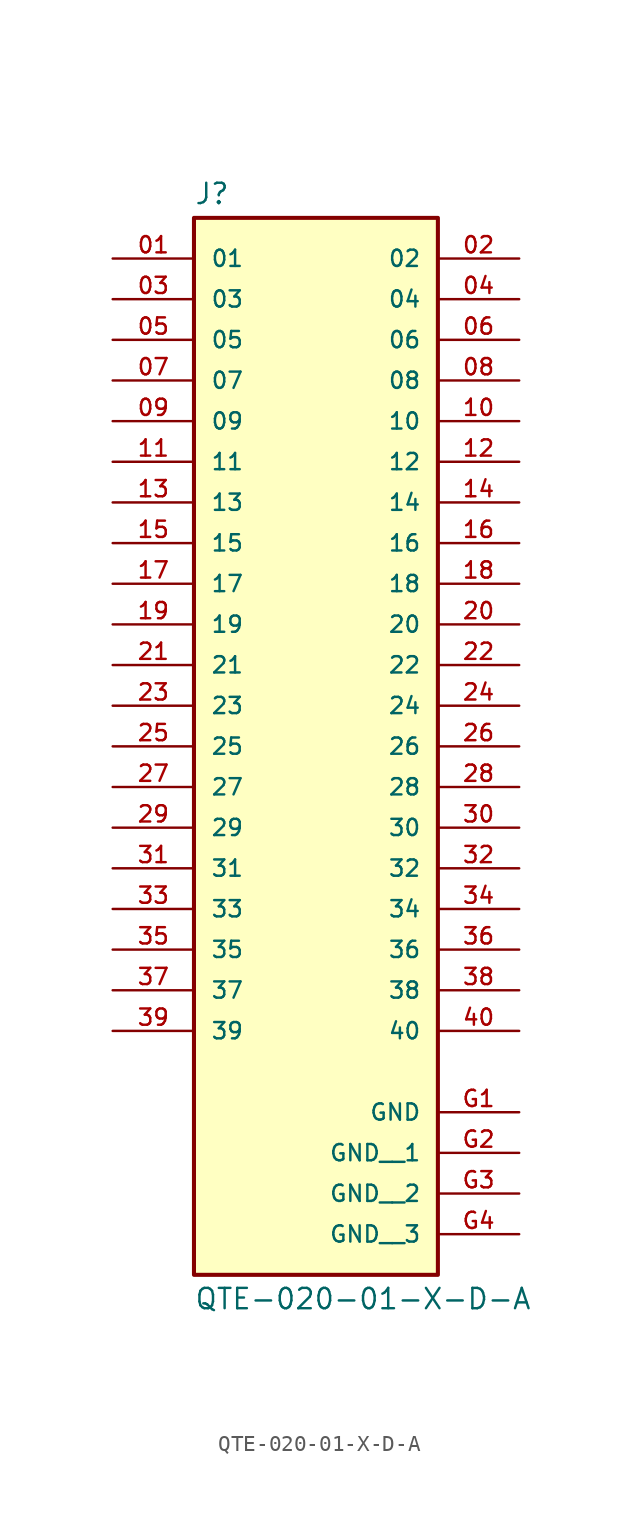
<source format=kicad_sym>
(kicad_symbol_lib
  (version 20211014)
  (generator kicad_symbol_editor)
  (symbol "QTE-020-01-X-D-A"
    (pin_names
      (offset 1.016))
    (property "Reference" "J"
      (at -7.62 28.702 0)
      (effects (font (size 1.27 1.27)) (justify bottom left)))
    (property "Value" "QTE-020-01-X-D-A"
      (at -7.62 -38.862 0)
      (effects (font (size 1.27 1.27)) (justify top left)))
    (symbol "QTE-020-01-X-D-A_0_0"
      (rectangle (start -7.62 -38.1) (end 7.62 27.94) (stroke (width 0.254)) (fill (type background)))
      (pin passive line (at -12.7 25.4 0) (length 5.08) (name "01" (effects (font (size 1.016 1.016)))) (number "01" (effects (font (size 1.016 1.016)))))
      (pin passive line (at 12.7 25.4 180.0) (length 5.08) (name "02" (effects (font (size 1.016 1.016)))) (number "02" (effects (font (size 1.016 1.016)))))
      (pin passive line (at -12.7 22.86 0) (length 5.08) (name "03" (effects (font (size 1.016 1.016)))) (number "03" (effects (font (size 1.016 1.016)))))
      (pin passive line (at 12.7 22.86 180.0) (length 5.08) (name "04" (effects (font (size 1.016 1.016)))) (number "04" (effects (font (size 1.016 1.016)))))
      (pin passive line (at -12.7 20.32 0) (length 5.08) (name "05" (effects (font (size 1.016 1.016)))) (number "05" (effects (font (size 1.016 1.016)))))
      (pin passive line (at 12.7 20.32 180.0) (length 5.08) (name "06" (effects (font (size 1.016 1.016)))) (number "06" (effects (font (size 1.016 1.016)))))
      (pin passive line (at -12.7 17.78 0) (length 5.08) (name "07" (effects (font (size 1.016 1.016)))) (number "07" (effects (font (size 1.016 1.016)))))
      (pin passive line (at 12.7 17.78 180.0) (length 5.08) (name "08" (effects (font (size 1.016 1.016)))) (number "08" (effects (font (size 1.016 1.016)))))
      (pin passive line (at -12.7 15.24 0) (length 5.08) (name "09" (effects (font (size 1.016 1.016)))) (number "09" (effects (font (size 1.016 1.016)))))
      (pin passive line (at 12.7 15.24 180.0) (length 5.08) (name "10" (effects (font (size 1.016 1.016)))) (number "10" (effects (font (size 1.016 1.016)))))
      (pin passive line (at -12.7 12.7 0) (length 5.08) (name "11" (effects (font (size 1.016 1.016)))) (number "11" (effects (font (size 1.016 1.016)))))
      (pin passive line (at 12.7 12.7 180.0) (length 5.08) (name "12" (effects (font (size 1.016 1.016)))) (number "12" (effects (font (size 1.016 1.016)))))
      (pin passive line (at -12.7 10.16 0) (length 5.08) (name "13" (effects (font (size 1.016 1.016)))) (number "13" (effects (font (size 1.016 1.016)))))
      (pin passive line (at 12.7 10.16 180.0) (length 5.08) (name "14" (effects (font (size 1.016 1.016)))) (number "14" (effects (font (size 1.016 1.016)))))
      (pin passive line (at -12.7 7.62 0) (length 5.08) (name "15" (effects (font (size 1.016 1.016)))) (number "15" (effects (font (size 1.016 1.016)))))
      (pin passive line (at 12.7 7.62 180.0) (length 5.08) (name "16" (effects (font (size 1.016 1.016)))) (number "16" (effects (font (size 1.016 1.016)))))
      (pin passive line (at -12.7 5.08 0) (length 5.08) (name "17" (effects (font (size 1.016 1.016)))) (number "17" (effects (font (size 1.016 1.016)))))
      (pin passive line (at 12.7 5.08 180.0) (length 5.08) (name "18" (effects (font (size 1.016 1.016)))) (number "18" (effects (font (size 1.016 1.016)))))
      (pin passive line (at -12.7 2.54 0) (length 5.08) (name "19" (effects (font (size 1.016 1.016)))) (number "19" (effects (font (size 1.016 1.016)))))
      (pin passive line (at 12.7 2.54 180.0) (length 5.08) (name "20" (effects (font (size 1.016 1.016)))) (number "20" (effects (font (size 1.016 1.016)))))
      (pin passive line (at -12.7 0.0 0) (length 5.08) (name "21" (effects (font (size 1.016 1.016)))) (number "21" (effects (font (size 1.016 1.016)))))
      (pin passive line (at 12.7 0.0 180.0) (length 5.08) (name "22" (effects (font (size 1.016 1.016)))) (number "22" (effects (font (size 1.016 1.016)))))
      (pin passive line (at -12.7 -2.54 0) (length 5.08) (name "23" (effects (font (size 1.016 1.016)))) (number "23" (effects (font (size 1.016 1.016)))))
      (pin passive line (at 12.7 -2.54 180.0) (length 5.08) (name "24" (effects (font (size 1.016 1.016)))) (number "24" (effects (font (size 1.016 1.016)))))
      (pin passive line (at -12.7 -5.08 0) (length 5.08) (name "25" (effects (font (size 1.016 1.016)))) (number "25" (effects (font (size 1.016 1.016)))))
      (pin passive line (at 12.7 -5.08 180.0) (length 5.08) (name "26" (effects (font (size 1.016 1.016)))) (number "26" (effects (font (size 1.016 1.016)))))
      (pin passive line (at -12.7 -7.62 0) (length 5.08) (name "27" (effects (font (size 1.016 1.016)))) (number "27" (effects (font (size 1.016 1.016)))))
      (pin passive line (at 12.7 -7.62 180.0) (length 5.08) (name "28" (effects (font (size 1.016 1.016)))) (number "28" (effects (font (size 1.016 1.016)))))
      (pin passive line (at -12.7 -10.16 0) (length 5.08) (name "29" (effects (font (size 1.016 1.016)))) (number "29" (effects (font (size 1.016 1.016)))))
      (pin passive line (at 12.7 -10.16 180.0) (length 5.08) (name "30" (effects (font (size 1.016 1.016)))) (number "30" (effects (font (size 1.016 1.016)))))
      (pin passive line (at -12.7 -12.7 0) (length 5.08) (name "31" (effects (font (size 1.016 1.016)))) (number "31" (effects (font (size 1.016 1.016)))))
      (pin passive line (at 12.7 -12.7 180.0) (length 5.08) (name "32" (effects (font (size 1.016 1.016)))) (number "32" (effects (font (size 1.016 1.016)))))
      (pin passive line (at -12.7 -15.24 0) (length 5.08) (name "33" (effects (font (size 1.016 1.016)))) (number "33" (effects (font (size 1.016 1.016)))))
      (pin passive line (at 12.7 -15.24 180.0) (length 5.08) (name "34" (effects (font (size 1.016 1.016)))) (number "34" (effects (font (size 1.016 1.016)))))
      (pin passive line (at -12.7 -17.78 0) (length 5.08) (name "35" (effects (font (size 1.016 1.016)))) (number "35" (effects (font (size 1.016 1.016)))))
      (pin passive line (at 12.7 -17.78 180.0) (length 5.08) (name "36" (effects (font (size 1.016 1.016)))) (number "36" (effects (font (size 1.016 1.016)))))
      (pin passive line (at -12.7 -20.32 0) (length 5.08) (name "37" (effects (font (size 1.016 1.016)))) (number "37" (effects (font (size 1.016 1.016)))))
      (pin passive line (at 12.7 -20.32 180.0) (length 5.08) (name "38" (effects (font (size 1.016 1.016)))) (number "38" (effects (font (size 1.016 1.016)))))
      (pin passive line (at -12.7 -22.86 0) (length 5.08) (name "39" (effects (font (size 1.016 1.016)))) (number "39" (effects (font (size 1.016 1.016)))))
      (pin passive line (at 12.7 -22.86 180.0) (length 5.08) (name "40" (effects (font (size 1.016 1.016)))) (number "40" (effects (font (size 1.016 1.016)))))
      (pin power_in line (at 12.7 -27.94 180.0) (length 5.08) (name "GND" (effects (font (size 1.016 1.016)))) (number "G1" (effects (font (size 1.016 1.016)))))
      (pin power_in line (at 12.7 -30.48 180.0) (length 5.08) (name "GND__1" (effects (font (size 1.016 1.016)))) (number "G2" (effects (font (size 1.016 1.016)))))
      (pin power_in line (at 12.7 -33.02 180.0) (length 5.08) (name "GND__2" (effects (font (size 1.016 1.016)))) (number "G3" (effects (font (size 1.016 1.016)))))
      (pin power_in line (at 12.7 -35.56 180.0) (length 5.08) (name "GND__3" (effects (font (size 1.016 1.016)))) (number "G4" (effects (font (size 1.016 1.016))))))))
</source>
